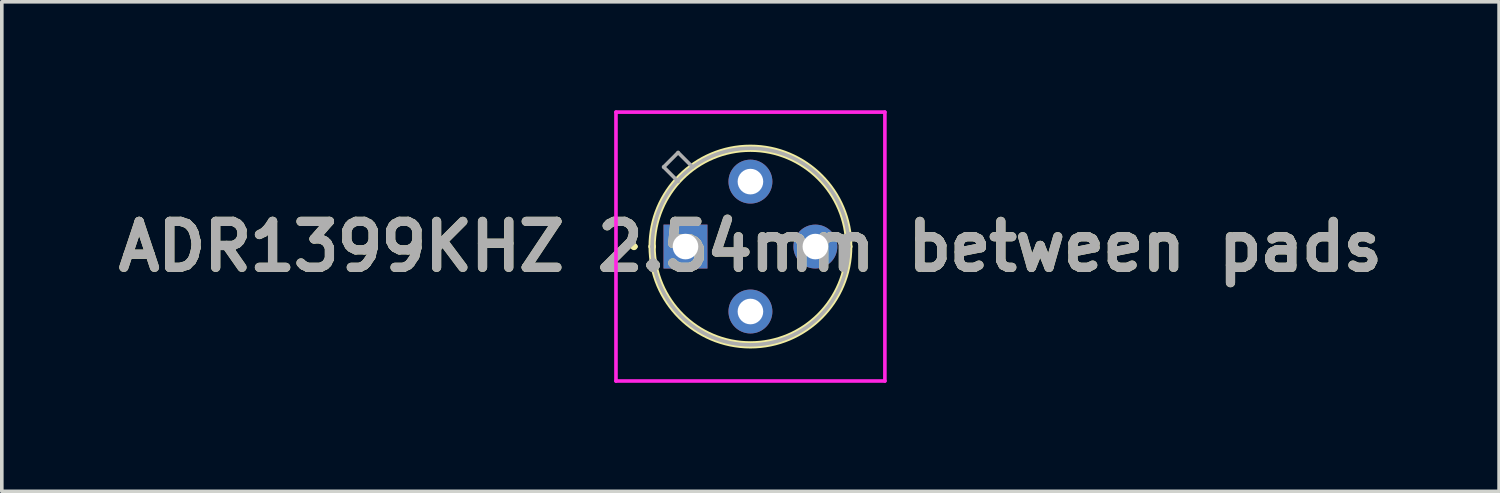
<source format=kicad_pcb>
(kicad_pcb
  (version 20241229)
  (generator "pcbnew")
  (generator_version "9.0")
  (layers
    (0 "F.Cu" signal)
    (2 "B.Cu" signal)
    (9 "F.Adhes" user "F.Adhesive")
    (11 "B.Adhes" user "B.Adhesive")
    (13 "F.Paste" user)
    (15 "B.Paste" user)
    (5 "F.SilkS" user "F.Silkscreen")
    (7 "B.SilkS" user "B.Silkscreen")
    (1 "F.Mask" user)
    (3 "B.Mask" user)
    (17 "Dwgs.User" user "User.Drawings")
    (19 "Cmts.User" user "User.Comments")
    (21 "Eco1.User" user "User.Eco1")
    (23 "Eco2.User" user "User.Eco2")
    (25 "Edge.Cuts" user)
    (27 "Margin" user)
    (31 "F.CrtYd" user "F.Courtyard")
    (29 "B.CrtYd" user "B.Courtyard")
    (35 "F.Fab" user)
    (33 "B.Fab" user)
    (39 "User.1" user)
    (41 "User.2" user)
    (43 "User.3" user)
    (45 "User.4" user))
  (footprint "ADR1399KHZ 2.54mm between pads"
    (layer "F.Cu")
    (at 15.905 3.768)
    (property "Reference" "ADR1399KHZ 2.54mm between pads" (at 1.796 0 0) (layer "F.SilkS") (effects (font (size 1.27 1.27) (thickness 0.254))))
    (attr through_hole)
    (fp_line (start -1.474 0) (end -1.474 0) (stroke (width 0.1) (type solid)) (layer "F.SilkS"))
    (fp_line (start -1.374 0) (end -1.374 0) (stroke (width 0.1) (type solid)) (layer "F.SilkS"))
    (fp_line (start -0.922 0) (end -0.922 0) (stroke (width 0.2) (type solid)) (layer "F.SilkS"))
    (fp_line (start 4.514 0) (end 4.514 0) (stroke (width 0.2) (type solid)) (layer "F.SilkS"))
    (fp_arc (start -1.474 0) (mid -1.424 -0.05) (end -1.374 0) (stroke (width 0.1) (type solid)) (layer "F.SilkS"))
    (fp_arc (start -1.374 0) (mid -1.424 0.05) (end -1.474 0) (stroke (width 0.1) (type solid)) (layer "F.SilkS"))
    (fp_arc (start -0.922 0) (mid 1.796 -2.718) (end 4.514 0) (stroke (width 0.2) (type solid)) (layer "F.SilkS"))
    (fp_arc (start 4.514 0) (mid 1.796 2.718) (end -0.922 0) (stroke (width 0.2) (type solid)) (layer "F.SilkS"))
    (fp_line (start -1.922 -3.718) (end 5.514 -3.718) (stroke (width 0.1) (type solid)) (layer "F.CrtYd"))
    (fp_line (start -1.922 3.718) (end -1.922 -3.718) (stroke (width 0.1) (type solid)) (layer "F.CrtYd"))
    (fp_line (start 5.514 -3.718) (end 5.514 3.718) (stroke (width 0.1) (type solid)) (layer "F.CrtYd"))
    (fp_line (start 5.514 3.718) (end -1.922 3.718) (stroke (width 0.1) (type solid)) (layer "F.CrtYd"))
    (fp_line (start -0.922 0) (end -0.922 0) (stroke (width 0.1) (type solid)) (layer "F.Fab"))
    (fp_line (start -0.604 -2.2) (end -0.204 -1.8) (stroke (width 0.1) (type solid)) (layer "F.Fab"))
    (fp_line (start -0.204 -2.6) (end -0.604 -2.2) (stroke (width 0.1) (type solid)) (layer "F.Fab"))
    (fp_line (start 0.196 -2.2) (end -0.204 -2.6) (stroke (width 0.1) (type solid)) (layer "F.Fab"))
    (fp_line (start 4.514 0) (end 4.514 0) (stroke (width 0.1) (type solid)) (layer "F.Fab"))
    (fp_arc (start -0.922 0) (mid 1.796 -2.718) (end 4.514 0) (stroke (width 0.1) (type solid)) (layer "F.Fab"))
    (fp_arc (start 4.514 0) (mid 1.796 2.718) (end -0.922 0) (stroke (width 0.1) (type solid)) (layer "F.Fab"))
    (fp_text user "${REFERENCE}" (at 1.796 0 0) (layer "F.Fab") (effects (font (size 1.27 1.27) (thickness 0.254))))
    (pad "1" thru_hole rect (at 0 0) (size 1.214 1.214) (drill 0.708) (layers "*.Cu" "*.Mask"))
    (pad "2" thru_hole circle (at 1.796 1.796) (size 1.214 1.214) (drill 0.708) (layers "*.Cu" "*.Mask"))
    (pad "3" thru_hole circle (at 3.592 0) (size 1.214 1.214) (drill 0.708) (layers "*.Cu" "*.Mask"))
    (pad "4" thru_hole circle (at 1.796 -1.796) (size 1.214 1.214) (drill 0.708) (layers "*.Cu" "*.Mask")))
  (gr_rect
    (start -3 -3)
    (end 38.403 10.536)
    (stroke (width 0.1) (type default))
    (fill no)
    (layer "Edge.Cuts")))
</source>
